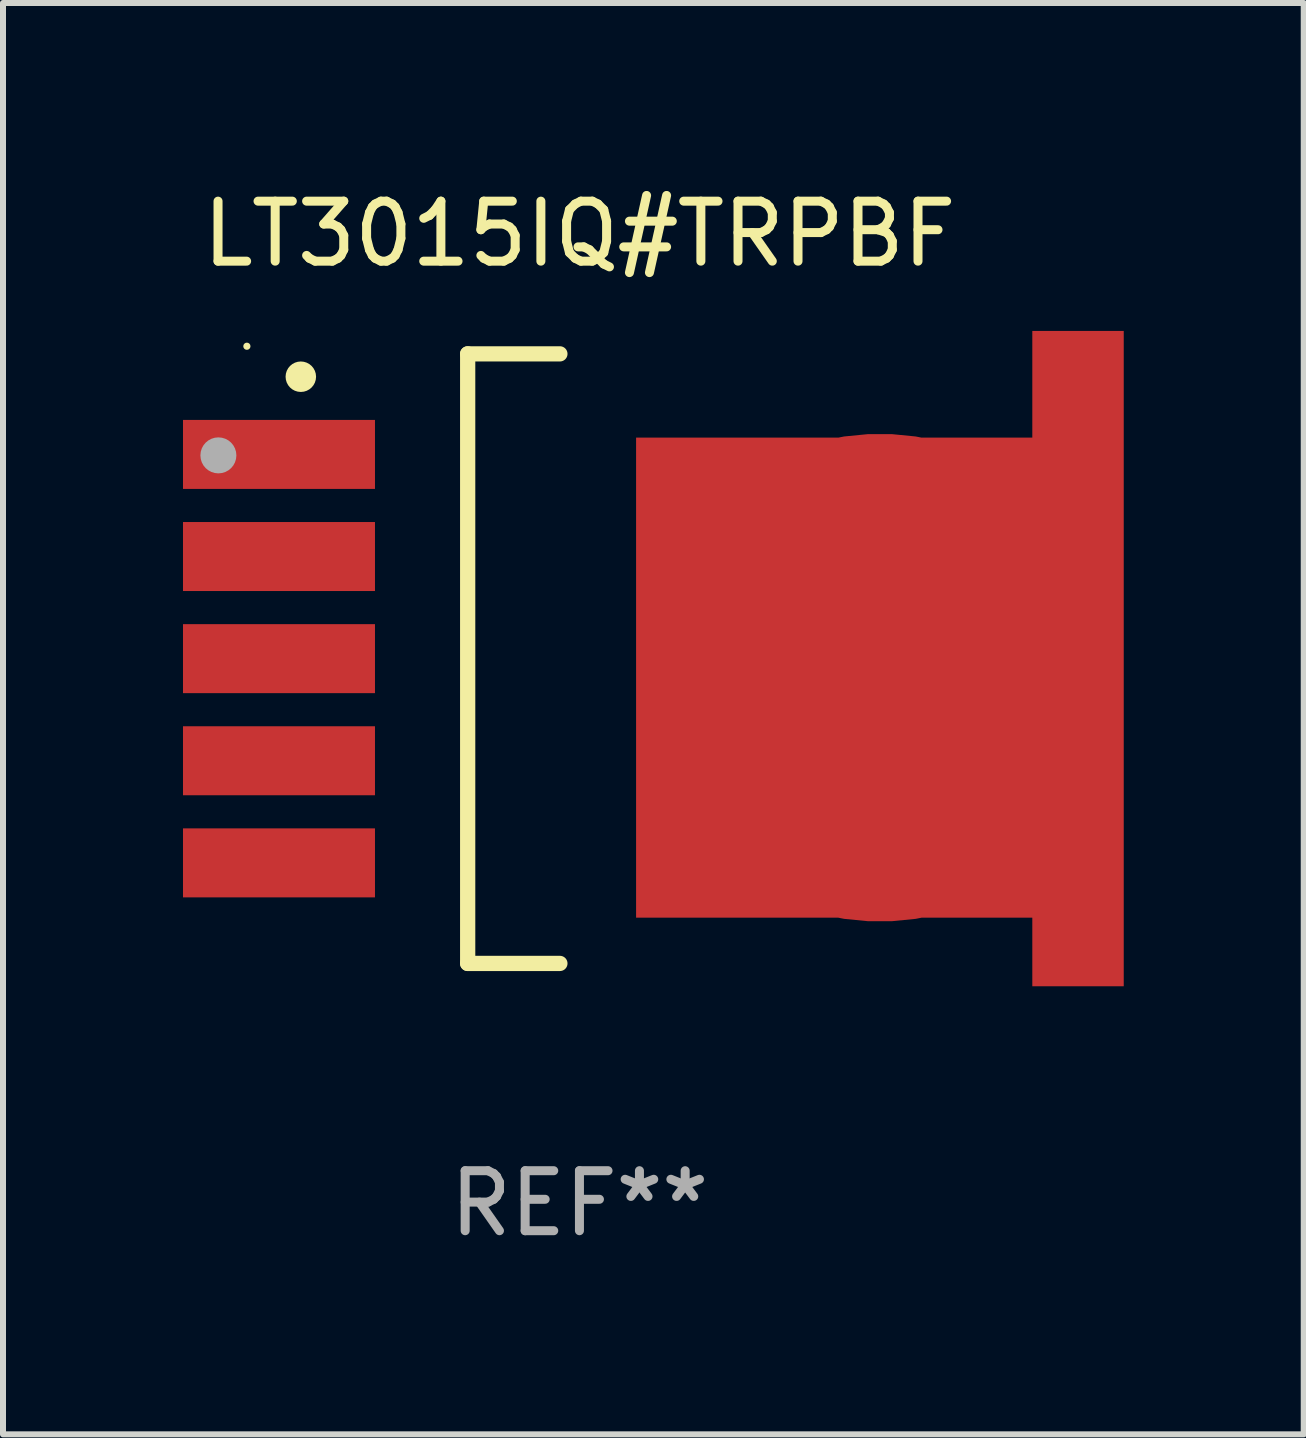
<source format=kicad_pcb>
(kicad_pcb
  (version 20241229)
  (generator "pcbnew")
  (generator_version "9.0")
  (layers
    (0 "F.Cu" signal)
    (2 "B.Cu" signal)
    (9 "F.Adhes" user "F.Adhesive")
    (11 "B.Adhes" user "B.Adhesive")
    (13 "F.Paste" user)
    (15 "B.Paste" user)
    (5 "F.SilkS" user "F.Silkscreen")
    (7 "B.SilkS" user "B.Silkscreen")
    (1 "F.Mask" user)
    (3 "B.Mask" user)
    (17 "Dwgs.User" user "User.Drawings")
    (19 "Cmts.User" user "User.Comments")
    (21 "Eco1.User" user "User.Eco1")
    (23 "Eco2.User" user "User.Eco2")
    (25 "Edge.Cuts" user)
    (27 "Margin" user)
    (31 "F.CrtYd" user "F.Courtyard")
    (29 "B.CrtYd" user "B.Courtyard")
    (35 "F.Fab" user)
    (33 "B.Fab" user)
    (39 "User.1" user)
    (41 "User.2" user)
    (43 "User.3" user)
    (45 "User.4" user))
  (footprint "LT3015IQ#TRPBF"
    (layer "F.Cu")
    (at 6.608 7.928)
    (property "Reference" "LT3015IQ#TRPBF" (at 0 -7.08 0) (layer "F.SilkS") (effects (font (size 1 1) (thickness 0.15))))
    (attr through_hole)
    (fp_line (start -1.863 -5.08) (end -0.326 -5.08) (stroke (width 0.254) (type solid)) (layer "F.SilkS"))
    (fp_line (start -1.863 5.08) (end -1.863 -5.08) (stroke (width 0.254) (type solid)) (layer "F.SilkS"))
    (fp_line (start -0.326 5.08) (end -1.863 5.08) (stroke (width 0.254) (type solid)) (layer "F.SilkS"))
    (fp_circle (center -5.543 -5.207) (end -5.513 -5.207) (stroke (width 0.06) (type solid)) (fill no) (layer "F.SilkS"))
    (fp_circle (center -4.644 -4.699) (end -4.517 -4.699) (stroke (width 0.254) (type solid)) (fill no) (layer "F.SilkS"))
    (fp_circle (center -6.018 -3.388) (end -5.868 -3.388) (stroke (width 0.3) (type solid)) (fill no) (layer "F.Fab"))
    (fp_text user "REF**" (at 0 9.08 0) (layer "F.Fab") (effects (font (size 1 1) (thickness 0.15))))
    (pad "1" smd rect (at -5.008 -3.404) (size 3.2 1.15) (layers "F.Cu" "F.Mask" "F.Paste"))
    (pad "2" smd rect (at -5.008 -1.702) (size 3.2 1.15) (layers "F.Cu" "F.Mask" "F.Paste"))
    (pad "3" smd rect (at -5.008 -0.000025) (size 3.2 1.15) (layers "F.Cu" "F.Mask" "F.Paste"))
    (pad "4" smd rect (at -5.008 1.702) (size 3.2 1.15) (layers "F.Cu" "F.Mask" "F.Paste"))
    (pad "5" smd rect (at -5.008 3.404) (size 3.2 1.15) (layers "F.Cu" "F.Mask" "F.Paste"))
    (pad "6" smd custom (at 5.008 0.317) (size 8.128 10.922) (layers "F.Cu" "F.Mask" "F.Paste") (options (anchor circle)) (primitives (gr_poly (pts (xy -4.064 -4.001) (xy 2.54 -4.001) (xy 2.54 -5.779) (xy 4.064 -5.779) (xy 4.064 5.144) (xy 2.54 5.144) (xy 2.54 4) (xy -4.064 4)) (width 0) (fill yes)))))
  (gr_rect
    (start -3 -3)
    (end 18.68 20.857)
    (stroke (width 0.1) (type default))
    (fill no)
    (layer "Edge.Cuts")))
</source>
